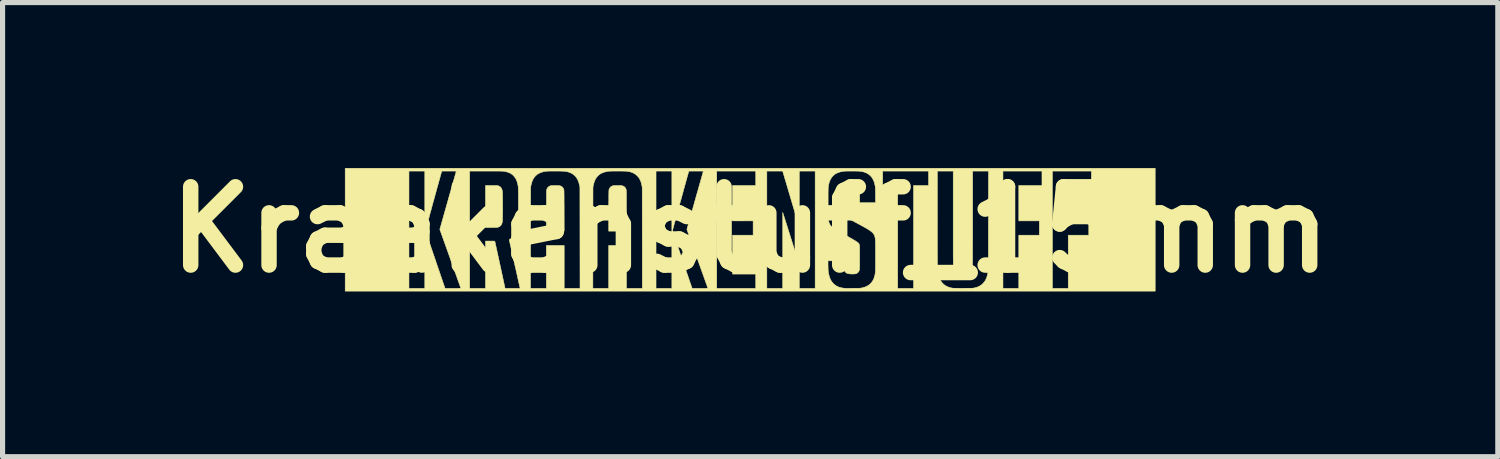
<source format=kicad_pcb>
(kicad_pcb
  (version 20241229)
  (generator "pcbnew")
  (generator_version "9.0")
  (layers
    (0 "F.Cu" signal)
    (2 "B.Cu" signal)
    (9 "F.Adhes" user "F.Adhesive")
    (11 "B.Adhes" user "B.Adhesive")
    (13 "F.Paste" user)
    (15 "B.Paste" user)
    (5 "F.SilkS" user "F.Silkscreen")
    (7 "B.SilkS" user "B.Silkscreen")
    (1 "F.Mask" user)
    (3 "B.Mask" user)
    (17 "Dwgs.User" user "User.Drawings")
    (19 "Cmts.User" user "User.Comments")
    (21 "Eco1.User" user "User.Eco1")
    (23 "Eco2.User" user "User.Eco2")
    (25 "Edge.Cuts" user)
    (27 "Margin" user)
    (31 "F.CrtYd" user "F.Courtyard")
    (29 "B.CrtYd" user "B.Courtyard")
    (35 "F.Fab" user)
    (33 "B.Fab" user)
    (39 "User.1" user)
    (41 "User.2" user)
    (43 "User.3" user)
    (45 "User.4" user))
  (footprint "Kraakenstuff_15mm"
    (layer "F.Cu")
    (at 11.546 1.418)
    (property "Reference" "Kraakenstuff_15mm" (at 0 0 0) (layer "F.SilkS") (effects (font (size 1.524 1.524) (thickness 0.3))))
    (attr through_hole)
    (fp_poly (pts (xy -5.043 -0.86) (xy -5.009 -0.86) (xy -4.98 -0.86) (xy -4.957 -0.859) (xy -4.938 -0.858) (xy -4.922 -0.857) (xy -4.91 -0.855) (xy -4.899 -0.852) (xy -4.89 -0.849) (xy -4.882 -0.845) (xy -4.878 -0.843) (xy -4.859 -0.829) (xy -4.844 -0.81) (xy -4.832 -0.786) (xy -4.823 -0.757) (xy -4.821 -0.746) (xy -4.82 -0.738) (xy -4.819 -0.724) (xy -4.819 -0.706) (xy -4.818 -0.682) (xy -4.818 -0.655) (xy -4.817 -0.624) (xy -4.817 -0.59) (xy -4.817 -0.555) (xy -4.816 -0.517) (xy -4.816 -0.479) (xy -4.816 -0.44) (xy -4.816 -0.401) (xy -4.816 -0.363) (xy -4.817 -0.327) (xy -4.817 -0.292) (xy -4.817 -0.26) (xy -4.818 -0.231) (xy -4.818 -0.206) (xy -4.819 -0.185) (xy -4.82 -0.169) (xy -4.821 -0.158) (xy -4.821 -0.156) (xy -4.829 -0.125) (xy -4.839 -0.099) (xy -4.854 -0.079) (xy -4.872 -0.063) (xy -4.878 -0.059) (xy -4.886 -0.054) (xy -4.895 -0.051) (xy -4.905 -0.048) (xy -4.916 -0.046) (xy -4.93 -0.044) (xy -4.948 -0.043) (xy -4.969 -0.042) (xy -4.995 -0.042) (xy -5.027 -0.041) (xy -5.043 -0.041) (xy -5.15 -0.041) (xy -5.15 -0.86) (xy -5.043 -0.86)) (stroke (width 0.01) (type solid)) (fill yes) (layer "F.SilkS"))
    (fp_poly (pts (xy -3.772 -0.859) (xy -3.749 -0.859) (xy -3.729 -0.857) (xy -3.712 -0.856) (xy -3.701 -0.854) (xy -3.699 -0.853) (xy -3.674 -0.843) (xy -3.654 -0.828) (xy -3.638 -0.808) (xy -3.627 -0.783) (xy -3.627 -0.783) (xy -3.626 -0.78) (xy -3.625 -0.777) (xy -3.624 -0.772) (xy -3.624 -0.767) (xy -3.623 -0.759) (xy -3.623 -0.75) (xy -3.622 -0.738) (xy -3.622 -0.724) (xy -3.622 -0.706) (xy -3.622 -0.685) (xy -3.621 -0.661) (xy -3.621 -0.632) (xy -3.621 -0.599) (xy -3.621 -0.562) (xy -3.621 -0.519) (xy -3.62 -0.471) (xy -3.62 -0.417) (xy -3.62 -0.369) (xy -3.619 0.029) (xy -3.966 0.029) (xy -3.965 -0.369) (xy -3.965 -0.428) (xy -3.965 -0.481) (xy -3.964 -0.528) (xy -3.964 -0.569) (xy -3.964 -0.606) (xy -3.964 -0.638) (xy -3.964 -0.666) (xy -3.964 -0.69) (xy -3.963 -0.71) (xy -3.963 -0.727) (xy -3.963 -0.741) (xy -3.962 -0.752) (xy -3.962 -0.761) (xy -3.961 -0.768) (xy -3.961 -0.773) (xy -3.96 -0.777) (xy -3.959 -0.781) (xy -3.959 -0.783) (xy -3.947 -0.807) (xy -3.931 -0.827) (xy -3.911 -0.843) (xy -3.887 -0.853) (xy -3.886 -0.853) (xy -3.876 -0.856) (xy -3.86 -0.857) (xy -3.841 -0.858) (xy -3.819 -0.859) (xy -3.795 -0.859) (xy -3.772 -0.859)) (stroke (width 0.01) (type solid)) (fill yes) (layer "F.SilkS"))
    (fp_poly (pts (xy -2.559 -0.859) (xy -2.536 -0.859) (xy -2.516 -0.857) (xy -2.5 -0.856) (xy -2.488 -0.854) (xy -2.486 -0.853) (xy -2.461 -0.843) (xy -2.441 -0.828) (xy -2.425 -0.808) (xy -2.414 -0.783) (xy -2.414 -0.783) (xy -2.413 -0.78) (xy -2.412 -0.777) (xy -2.412 -0.772) (xy -2.411 -0.767) (xy -2.41 -0.759) (xy -2.41 -0.75) (xy -2.41 -0.738) (xy -2.409 -0.724) (xy -2.409 -0.706) (xy -2.409 -0.685) (xy -2.408 -0.661) (xy -2.408 -0.632) (xy -2.408 -0.599) (xy -2.408 -0.562) (xy -2.408 -0.519) (xy -2.408 -0.471) (xy -2.407 -0.417) (xy -2.407 -0.369) (xy -2.407 0.029) (xy -2.753 0.029) (xy -2.752 -0.369) (xy -2.752 -0.428) (xy -2.752 -0.481) (xy -2.752 -0.528) (xy -2.751 -0.569) (xy -2.751 -0.606) (xy -2.751 -0.638) (xy -2.751 -0.666) (xy -2.751 -0.69) (xy -2.75 -0.71) (xy -2.75 -0.727) (xy -2.75 -0.741) (xy -2.749 -0.752) (xy -2.749 -0.761) (xy -2.748 -0.768) (xy -2.748 -0.773) (xy -2.747 -0.777) (xy -2.746 -0.781) (xy -2.746 -0.783) (xy -2.734 -0.807) (xy -2.719 -0.827) (xy -2.699 -0.843) (xy -2.674 -0.853) (xy -2.673 -0.853) (xy -2.663 -0.856) (xy -2.647 -0.857) (xy -2.628 -0.858) (xy -2.606 -0.859) (xy -2.582 -0.859) (xy -2.559 -0.859)) (stroke (width 0.01) (type solid)) (fill yes) (layer "F.SilkS"))
    (fp_poly (pts (xy 7.88 1.197) (xy -7.88 1.197) (xy -7.88 -1.14) (xy -6.639 -1.14) (xy -6.639 1.143) (xy -6.331 1.143) (xy -6.331 0.018) (xy -6.318 0.018) (xy -6.317 0.021) (xy -6.314 0.031) (xy -6.31 0.046) (xy -6.303 0.065) (xy -6.295 0.09) (xy -6.285 0.118) (xy -6.275 0.151) (xy -6.262 0.187) (xy -6.249 0.226) (xy -6.235 0.269) (xy -6.22 0.314) (xy -6.204 0.361) (xy -6.187 0.41) (xy -6.17 0.461) (xy -6.152 0.512) (xy -6.134 0.565) (xy -6.116 0.618) (xy -6.098 0.672) (xy -6.08 0.725) (xy -6.062 0.777) (xy -6.044 0.829) (xy -6.027 0.88) (xy -6.01 0.929) (xy -5.994 0.976) (xy -5.979 1.021) (xy -5.964 1.063) (xy -5.953 1.096) (xy -5.936 1.143) (xy -5.782 1.143) (xy -5.746 1.143) (xy -5.715 1.143) (xy -5.69 1.143) (xy -5.67 1.142) (xy -5.655 1.142) (xy -5.643 1.142) (xy -5.636 1.141) (xy -5.632 1.14) (xy -5.63 1.139) (xy -5.63 1.139) (xy -5.631 1.136) (xy -5.635 1.127) (xy -5.64 1.112) (xy -5.647 1.093) (xy -5.655 1.068) (xy -5.666 1.039) (xy -5.678 1.006) (xy -5.691 0.969) (xy -5.705 0.929) (xy -5.721 0.885) (xy -5.738 0.838) (xy -5.756 0.788) (xy -5.774 0.736) (xy -5.794 0.681) (xy -5.814 0.625) (xy -5.835 0.567) (xy -5.835 0.565) (xy -6.039 -0.005) (xy -5.88 -0.567) (xy -5.864 -0.625) (xy -5.848 -0.682) (xy -5.832 -0.736) (xy -5.817 -0.789) (xy -5.803 -0.839) (xy -5.79 -0.886) (xy -5.777 -0.93) (xy -5.766 -0.97) (xy -5.755 -1.007) (xy -5.746 -1.04) (xy -5.738 -1.068) (xy -5.731 -1.092) (xy -5.726 -1.111) (xy -5.722 -1.124) (xy -5.72 -1.132) (xy -5.719 -1.134) (xy -5.719 -1.136) (xy -5.72 -1.137) (xy -5.723 -1.138) (xy -5.727 -1.138) (xy -5.735 -1.139) (xy -5.745 -1.139) (xy -5.759 -1.139) (xy -5.778 -1.14) (xy -5.801 -1.14) (xy -5.83 -1.14) (xy -5.859 -1.14) (xy -5.458 -1.14) (xy -5.458 1.143) (xy -5.15 1.143) (xy -5.15 0.222) (xy -5.06 0.222) (xy -5.033 0.222) (xy -5.012 0.222) (xy -4.997 0.223) (xy -4.985 0.223) (xy -4.977 0.224) (xy -4.972 0.224) (xy -4.969 0.226) (xy -4.968 0.227) (xy -4.968 0.228) (xy -4.967 0.232) (xy -4.965 0.241) (xy -4.961 0.257) (xy -4.957 0.278) (xy -4.951 0.304) (xy -4.944 0.335) (xy -4.936 0.371) (xy -4.927 0.412) (xy -4.918 0.456) (xy -4.907 0.505) (xy -4.895 0.558) (xy -4.883 0.615) (xy -4.87 0.675) (xy -4.856 0.738) (xy -4.842 0.803) (xy -4.827 0.872) (xy -4.812 0.943) (xy -4.796 1.016) (xy -4.78 1.091) (xy -4.772 1.128) (xy -4.768 1.143) (xy -4.476 1.143) (xy -4.274 1.143) (xy -3.966 1.143) (xy -3.966 0.308) (xy -3.619 0.308) (xy -3.619 1.143) (xy -3.311 1.143) (xy -3.061 1.143) (xy -2.753 1.143) (xy -2.753 0.308) (xy -2.407 0.308) (xy -2.407 1.143) (xy -2.099 1.143) (xy -2.1 0.16) (xy -2.101 -0.824) (xy -2.108 -0.86) (xy -2.119 -0.908) (xy -2.134 -0.95) (xy -2.152 -0.988) (xy -2.174 -1.021) (xy -2.2 -1.05) (xy -2.23 -1.075) (xy -2.241 -1.083) (xy -2.271 -1.1) (xy -2.303 -1.114) (xy -2.339 -1.125) (xy -2.379 -1.133) (xy -2.396 -1.135) (xy -2.41 -1.136) (xy -2.43 -1.138) (xy -2.454 -1.138) (xy -2.481 -1.139) (xy -2.511 -1.14) (xy -2.522 -1.14) (xy -1.832 -1.14) (xy -1.832 1.143) (xy -1.524 1.143) (xy -1.524 0.018) (xy -1.511 0.018) (xy -1.51 0.021) (xy -1.507 0.031) (xy -1.503 0.046) (xy -1.496 0.065) (xy -1.488 0.09) (xy -1.478 0.118) (xy -1.468 0.151) (xy -1.455 0.187) (xy -1.442 0.226) (xy -1.428 0.269) (xy -1.413 0.314) (xy -1.397 0.361) (xy -1.38 0.41) (xy -1.363 0.461) (xy -1.345 0.512) (xy -1.327 0.565) (xy -1.309 0.618) (xy -1.291 0.672) (xy -1.273 0.725) (xy -1.255 0.777) (xy -1.237 0.829) (xy -1.22 0.88) (xy -1.203 0.929) (xy -1.187 0.976) (xy -1.172 1.021) (xy -1.157 1.063) (xy -1.146 1.096) (xy -1.129 1.143) (xy -0.976 1.143) (xy -0.939 1.143) (xy -0.908 1.143) (xy -0.883 1.143) (xy -0.863 1.142) (xy -0.848 1.142) (xy -0.836 1.142) (xy -0.829 1.141) (xy -0.825 1.14) (xy -0.823 1.139) (xy -0.823 1.139) (xy -0.824 1.136) (xy -0.828 1.127) (xy -0.833 1.112) (xy -0.84 1.093) (xy -0.848 1.068) (xy -0.859 1.039) (xy -0.871 1.006) (xy -0.884 0.969) (xy -0.898 0.929) (xy -0.914 0.885) (xy -0.931 0.838) (xy -0.949 0.788) (xy -0.967 0.736) (xy -0.987 0.681) (xy -1.007 0.625) (xy -1.028 0.567) (xy -1.028 0.565) (xy -1.232 -0.005) (xy -1.073 -0.567) (xy -1.057 -0.625) (xy -1.041 -0.682) (xy -1.025 -0.736) (xy -1.01 -0.789) (xy -0.996 -0.839) (xy -0.983 -0.886) (xy -0.97 -0.93) (xy -0.959 -0.97) (xy -0.948 -1.007) (xy -0.939 -1.04) (xy -0.931 -1.068) (xy -0.924 -1.092) (xy -0.919 -1.111) (xy -0.915 -1.124) (xy -0.913 -1.132) (xy -0.912 -1.134) (xy -0.912 -1.136) (xy -0.913 -1.137) (xy -0.916 -1.138) (xy -0.92 -1.138) (xy -0.928 -1.139) (xy -0.938 -1.139) (xy -0.952 -1.139) (xy -0.971 -1.14) (xy -0.994 -1.14) (xy -1.023 -1.14) (xy -1.052 -1.14) (xy -0.651 -1.14) (xy -0.651 1.143) (xy 0.108 1.143) (xy 0.108 0.864) (xy -0.343 0.864) (xy -0.343 0.108) (xy 0.057 0.108) (xy 0.057 -0.171) (xy -0.343 -0.171) (xy -0.343 -0.86) (xy 0.108 -0.86) (xy 0.108 -1.14) (xy 0.324 -1.14) (xy 0.324 1.143) (xy 0.632 1.143) (xy 0.633 0.404) (xy 0.633 -0.336) (xy 0.795 0.176) (xy 0.956 0.687) (xy 0.956 0.915) (xy 0.956 1.143) (xy 1.264 1.143) (xy 1.264 0.606) (xy 1.514 0.606) (xy 1.514 0.684) (xy 1.515 0.726) (xy 1.516 0.764) (xy 1.518 0.796) (xy 1.521 0.826) (xy 1.526 0.854) (xy 1.532 0.881) (xy 1.539 0.907) (xy 1.554 0.952) (xy 1.574 0.992) (xy 1.599 1.028) (xy 1.627 1.058) (xy 1.66 1.084) (xy 1.685 1.099) (xy 1.708 1.11) (xy 1.732 1.12) (xy 1.76 1.128) (xy 1.791 1.134) (xy 1.827 1.14) (xy 1.834 1.141) (xy 1.839 1.141) (xy 1.849 1.141) (xy 1.865 1.142) (xy 1.885 1.142) (xy 1.909 1.142) (xy 1.935 1.142) (xy 1.964 1.142) (xy 1.991 1.141) (xy 2.027 1.141) (xy 2.057 1.141) (xy 2.083 1.141) (xy 2.104 1.14) (xy 2.121 1.14) (xy 2.135 1.139) (xy 2.146 1.138) (xy 2.155 1.137) (xy 2.163 1.136) (xy 2.165 1.135) (xy 2.213 1.124) (xy 2.256 1.108) (xy 2.293 1.088) (xy 2.326 1.064) (xy 2.354 1.037) (xy 2.355 1.035) (xy 2.376 1.007) (xy 2.394 0.978) (xy 2.408 0.946) (xy 2.419 0.909) (xy 2.421 0.902) (xy 2.424 0.891) (xy 2.427 0.88) (xy 2.429 0.869) (xy 2.431 0.858) (xy 2.432 0.846) (xy 2.434 0.832) (xy 2.435 0.817) (xy 2.436 0.799) (xy 2.437 0.779) (xy 2.437 0.755) (xy 2.438 0.728) (xy 2.438 0.697) (xy 2.438 0.662) (xy 2.438 0.621) (xy 2.438 0.576) (xy 2.438 0.524) (xy 2.438 0.511) (xy 2.438 0.455) (xy 2.438 0.404) (xy 2.438 0.357) (xy 2.438 0.316) (xy 2.437 0.281) (xy 2.437 0.251) (xy 2.436 0.227) (xy 2.436 0.209) (xy 2.435 0.197) (xy 2.435 0.195) (xy 2.431 0.167) (xy 2.427 0.142) (xy 2.42 0.12) (xy 2.411 0.1) (xy 2.4 0.081) (xy 2.385 0.063) (xy 2.367 0.046) (xy 2.344 0.028) (xy 2.317 0.009) (xy 2.284 -0.012) (xy 2.272 -0.019) (xy 2.262 -0.025) (xy 2.246 -0.034) (xy 2.227 -0.045) (xy 2.204 -0.057) (xy 2.179 -0.071) (xy 2.151 -0.087) (xy 2.121 -0.103) (xy 2.091 -0.119) (xy 2.08 -0.125) (xy 2.037 -0.148) (xy 2 -0.169) (xy 1.968 -0.186) (xy 1.94 -0.202) (xy 1.916 -0.216) (xy 1.896 -0.228) (xy 1.88 -0.239) (xy 1.866 -0.248) (xy 1.856 -0.257) (xy 1.847 -0.265) (xy 1.841 -0.273) (xy 1.836 -0.28) (xy 1.832 -0.288) (xy 1.829 -0.296) (xy 1.827 -0.303) (xy 1.826 -0.308) (xy 1.825 -0.314) (xy 1.825 -0.321) (xy 1.824 -0.331) (xy 1.824 -0.343) (xy 1.823 -0.359) (xy 1.823 -0.378) (xy 1.823 -0.402) (xy 1.823 -0.43) (xy 1.823 -0.463) (xy 1.822 -0.501) (xy 1.822 -0.533) (xy 1.823 -0.582) (xy 1.823 -0.625) (xy 1.823 -0.663) (xy 1.823 -0.695) (xy 1.824 -0.721) (xy 1.824 -0.741) (xy 1.825 -0.755) (xy 1.826 -0.763) (xy 1.826 -0.763) (xy 1.834 -0.791) (xy 1.846 -0.814) (xy 1.862 -0.832) (xy 1.883 -0.846) (xy 1.908 -0.855) (xy 1.916 -0.857) (xy 1.931 -0.859) (xy 1.95 -0.86) (xy 1.972 -0.86) (xy 1.994 -0.86) (xy 2.015 -0.859) (xy 2.032 -0.857) (xy 2.04 -0.856) (xy 2.065 -0.848) (xy 2.087 -0.835) (xy 2.104 -0.818) (xy 2.116 -0.797) (xy 2.125 -0.77) (xy 2.126 -0.767) (xy 2.127 -0.759) (xy 2.128 -0.746) (xy 2.129 -0.73) (xy 2.13 -0.709) (xy 2.13 -0.682) (xy 2.13 -0.65) (xy 2.13 -0.636) (xy 2.13 -0.524) (xy 2.439 -0.524) (xy 2.437 -0.674) (xy 2.437 -0.709) (xy 2.437 -0.739) (xy 2.436 -0.764) (xy 2.436 -0.785) (xy 2.435 -0.802) (xy 2.435 -0.815) (xy 2.434 -0.827) (xy 2.433 -0.837) (xy 2.432 -0.846) (xy 2.43 -0.855) (xy 2.429 -0.86) (xy 2.418 -0.908) (xy 2.403 -0.951) (xy 2.384 -0.989) (xy 2.362 -1.023) (xy 2.335 -1.052) (xy 2.304 -1.077) (xy 2.296 -1.083) (xy 2.266 -1.1) (xy 2.234 -1.114) (xy 2.198 -1.125) (xy 2.158 -1.133) (xy 2.141 -1.135) (xy 2.126 -1.137) (xy 2.106 -1.138) (xy 2.081 -1.139) (xy 2.053 -1.139) (xy 2.025 -1.14) (xy 2.578 -1.14) (xy 2.578 -0.86) (xy 2.87 -0.86) (xy 2.87 1.143) (xy 3.178 1.143) (xy 3.178 -0.86) (xy 3.47 -0.86) (xy 3.47 -1.14) (xy 3.642 -1.14) (xy 3.642 -0.198) (xy 3.642 -0.092) (xy 3.642 0.008) (xy 3.642 0.102) (xy 3.642 0.189) (xy 3.642 0.271) (xy 3.642 0.347) (xy 3.642 0.417) (xy 3.642 0.481) (xy 3.643 0.539) (xy 3.643 0.591) (xy 3.643 0.636) (xy 3.643 0.676) (xy 3.644 0.709) (xy 3.644 0.736) (xy 3.644 0.756) (xy 3.645 0.771) (xy 3.645 0.779) (xy 3.645 0.779) (xy 3.652 0.834) (xy 3.662 0.884) (xy 3.675 0.929) (xy 3.692 0.969) (xy 3.713 1.004) (xy 3.737 1.036) (xy 3.738 1.037) (xy 3.768 1.067) (xy 3.802 1.091) (xy 3.841 1.111) (xy 3.883 1.126) (xy 3.928 1.137) (xy 3.948 1.139) (xy 3.956 1.14) (xy 3.97 1.14) (xy 3.988 1.141) (xy 4.011 1.141) (xy 4.038 1.141) (xy 4.067 1.142) (xy 4.099 1.142) (xy 4.132 1.142) (xy 4.151 1.142) (xy 4.191 1.141) (xy 4.224 1.141) (xy 4.253 1.141) (xy 4.276 1.14) (xy 4.296 1.14) (xy 4.312 1.14) (xy 4.325 1.139) (xy 4.336 1.138) (xy 4.344 1.137) (xy 4.352 1.136) (xy 4.356 1.135) (xy 4.402 1.124) (xy 4.443 1.108) (xy 4.48 1.088) (xy 4.513 1.063) (xy 4.52 1.056) (xy 4.546 1.029) (xy 4.568 0.999) (xy 4.587 0.966) (xy 4.602 0.929) (xy 4.614 0.888) (xy 4.624 0.843) (xy 4.631 0.792) (xy 4.632 0.782) (xy 4.633 0.775) (xy 4.633 0.761) (xy 4.633 0.742) (xy 4.634 0.716) (xy 4.634 0.683) (xy 4.634 0.645) (xy 4.634 0.6) (xy 4.635 0.549) (xy 4.635 0.492) (xy 4.635 0.429) (xy 4.635 0.36) (xy 4.635 0.284) (xy 4.635 0.202) (xy 4.635 0.115) (xy 4.635 0.021) (xy 4.635 -0.079) (xy 4.635 -0.185) (xy 4.636 -0.196) (xy 4.636 -1.14) (xy 4.918 -1.14) (xy 4.918 1.143) (xy 5.226 1.143) (xy 5.226 0.108) (xy 5.626 0.108) (xy 5.626 -0.171) (xy 5.226 -0.171) (xy 5.226 -0.86) (xy 5.677 -0.86) (xy 5.677 -1.14) (xy 5.88 -1.14) (xy 5.88 1.143) (xy 6.188 1.143) (xy 6.188 0.108) (xy 6.588 0.108) (xy 6.588 -0.171) (xy 6.188 -0.171) (xy 6.188 -0.86) (xy 6.639 -0.86) (xy 6.639 -1.14) (xy 5.88 -1.14) (xy 5.677 -1.14) (xy 4.918 -1.14) (xy 4.636 -1.14) (xy 4.328 -1.14) (xy 4.328 -0.2) (xy 4.328 -0.107) (xy 4.328 -0.021) (xy 4.328 0.06) (xy 4.328 0.135) (xy 4.328 0.205) (xy 4.327 0.269) (xy 4.327 0.328) (xy 4.327 0.383) (xy 4.327 0.433) (xy 4.327 0.478) (xy 4.327 0.519) (xy 4.327 0.557) (xy 4.327 0.59) (xy 4.326 0.62) (xy 4.326 0.647) (xy 4.326 0.67) (xy 4.325 0.691) (xy 4.325 0.709) (xy 4.324 0.725) (xy 4.324 0.738) (xy 4.323 0.749) (xy 4.323 0.759) (xy 4.322 0.767) (xy 4.321 0.774) (xy 4.32 0.779) (xy 4.319 0.783) (xy 4.318 0.787) (xy 4.317 0.791) (xy 4.316 0.794) (xy 4.314 0.796) (xy 4.313 0.8) (xy 4.312 0.801) (xy 4.3 0.822) (xy 4.282 0.839) (xy 4.261 0.852) (xy 4.236 0.86) (xy 4.227 0.861) (xy 4.213 0.862) (xy 4.195 0.863) (xy 4.173 0.863) (xy 4.148 0.864) (xy 4.141 0.864) (xy 4.111 0.863) (xy 4.086 0.863) (xy 4.066 0.862) (xy 4.05 0.86) (xy 4.037 0.858) (xy 4.026 0.854) (xy 4.016 0.85) (xy 4.011 0.848) (xy 3.992 0.835) (xy 3.977 0.817) (xy 3.964 0.795) (xy 3.956 0.77) (xy 3.953 0.759) (xy 3.953 0.754) (xy 3.952 0.746) (xy 3.952 0.733) (xy 3.952 0.716) (xy 3.952 0.694) (xy 3.951 0.668) (xy 3.951 0.637) (xy 3.951 0.601) (xy 3.951 0.56) (xy 3.95 0.514) (xy 3.95 0.462) (xy 3.95 0.406) (xy 3.95 0.344) (xy 3.95 0.276) (xy 3.95 0.203) (xy 3.95 0.123) (xy 3.95 0.038) (xy 3.95 -0.053) (xy 3.95 -0.15) (xy 3.95 -0.201) (xy 3.95 -1.14) (xy 3.642 -1.14) (xy 3.47 -1.14) (xy 2.578 -1.14) (xy 2.025 -1.14) (xy 2.023 -1.14) (xy 1.991 -1.14) (xy 1.959 -1.14) (xy 1.927 -1.14) (xy 1.897 -1.139) (xy 1.869 -1.139) (xy 1.845 -1.138) (xy 1.825 -1.136) (xy 1.812 -1.135) (xy 1.763 -1.126) (xy 1.719 -1.113) (xy 1.679 -1.096) (xy 1.644 -1.075) (xy 1.614 -1.048) (xy 1.587 -1.018) (xy 1.565 -0.982) (xy 1.546 -0.942) (xy 1.532 -0.897) (xy 1.522 -0.849) (xy 1.521 -0.843) (xy 1.52 -0.836) (xy 1.519 -0.829) (xy 1.519 -0.821) (xy 1.518 -0.811) (xy 1.518 -0.799) (xy 1.517 -0.785) (xy 1.517 -0.768) (xy 1.517 -0.748) (xy 1.516 -0.724) (xy 1.516 -0.696) (xy 1.516 -0.664) (xy 1.516 -0.627) (xy 1.516 -0.584) (xy 1.516 -0.536) (xy 1.516 -0.514) (xy 1.516 -0.463) (xy 1.516 -0.418) (xy 1.516 -0.379) (xy 1.516 -0.345) (xy 1.516 -0.315) (xy 1.517 -0.29) (xy 1.517 -0.268) (xy 1.517 -0.25) (xy 1.517 -0.235) (xy 1.518 -0.223) (xy 1.518 -0.213) (xy 1.519 -0.205) (xy 1.52 -0.198) (xy 1.521 -0.192) (xy 1.521 -0.186) (xy 1.522 -0.185) (xy 1.53 -0.149) (xy 1.542 -0.118) (xy 1.557 -0.09) (xy 1.576 -0.066) (xy 1.6 -0.043) (xy 1.629 -0.021) (xy 1.634 -0.018) (xy 1.642 -0.013) (xy 1.656 -0.005) (xy 1.673 0.005) (xy 1.695 0.018) (xy 1.72 0.032) (xy 1.747 0.048) (xy 1.776 0.064) (xy 1.807 0.082) (xy 1.837 0.098) (xy 1.881 0.123) (xy 1.921 0.146) (xy 1.955 0.165) (xy 1.985 0.182) (xy 2.011 0.198) (xy 2.033 0.211) (xy 2.052 0.222) (xy 2.067 0.232) (xy 2.08 0.241) (xy 2.09 0.248) (xy 2.099 0.255) (xy 2.105 0.261) (xy 2.11 0.266) (xy 2.113 0.271) (xy 2.117 0.275) (xy 2.119 0.28) (xy 2.122 0.285) (xy 2.124 0.291) (xy 2.125 0.299) (xy 2.127 0.308) (xy 2.128 0.32) (xy 2.129 0.334) (xy 2.129 0.352) (xy 2.13 0.373) (xy 2.13 0.399) (xy 2.13 0.429) (xy 2.13 0.465) (xy 2.13 0.506) (xy 2.13 0.536) (xy 2.13 0.582) (xy 2.13 0.621) (xy 2.13 0.655) (xy 2.13 0.684) (xy 2.13 0.708) (xy 2.129 0.729) (xy 2.128 0.746) (xy 2.127 0.76) (xy 2.126 0.771) (xy 2.125 0.781) (xy 2.123 0.788) (xy 2.121 0.795) (xy 2.119 0.801) (xy 2.116 0.807) (xy 2.115 0.809) (xy 2.105 0.824) (xy 2.092 0.838) (xy 2.077 0.849) (xy 2.073 0.851) (xy 2.061 0.856) (xy 2.046 0.86) (xy 2.028 0.862) (xy 2.006 0.863) (xy 1.982 0.863) (xy 1.948 0.862) (xy 1.92 0.859) (xy 1.897 0.854) (xy 1.877 0.846) (xy 1.861 0.835) (xy 1.848 0.821) (xy 1.84 0.808) (xy 1.834 0.798) (xy 1.83 0.786) (xy 1.827 0.773) (xy 1.825 0.756) (xy 1.824 0.736) (xy 1.823 0.711) (xy 1.823 0.681) (xy 1.823 0.679) (xy 1.822 0.606) (xy 1.514 0.606) (xy 1.264 0.606) (xy 1.264 -1.14) (xy 0.956 -1.14) (xy 0.955 -0.596) (xy 0.954 -0.052) (xy 0.797 -0.581) (xy 0.78 -0.638) (xy 0.764 -0.693) (xy 0.748 -0.746) (xy 0.733 -0.797) (xy 0.719 -0.845) (xy 0.705 -0.891) (xy 0.693 -0.934) (xy 0.681 -0.973) (xy 0.67 -1.008) (xy 0.661 -1.04) (xy 0.653 -1.067) (xy 0.646 -1.089) (xy 0.641 -1.106) (xy 0.638 -1.118) (xy 0.636 -1.124) (xy 0.636 -1.125) (xy 0.631 -1.14) (xy 0.324 -1.14) (xy 0.108 -1.14) (xy -0.651 -1.14) (xy -1.052 -1.14) (xy -1.086 -1.14) (xy -1.114 -1.14) (xy -1.136 -1.14) (xy -1.154 -1.139) (xy -1.168 -1.139) (xy -1.178 -1.139) (xy -1.186 -1.138) (xy -1.19 -1.137) (xy -1.193 -1.136) (xy -1.195 -1.135) (xy -1.195 -1.134) (xy -1.198 -1.123) (xy -1.203 -1.106) (xy -1.209 -1.084) (xy -1.217 -1.058) (xy -1.225 -1.028) (xy -1.234 -0.994) (xy -1.245 -0.956) (xy -1.256 -0.915) (xy -1.268 -0.872) (xy -1.281 -0.827) (xy -1.294 -0.779) (xy -1.307 -0.73) (xy -1.321 -0.68) (xy -1.335 -0.629) (xy -1.349 -0.577) (xy -1.364 -0.525) (xy -1.378 -0.474) (xy -1.392 -0.423) (xy -1.405 -0.373) (xy -1.419 -0.325) (xy -1.431 -0.278) (xy -1.444 -0.233) (xy -1.455 -0.191) (xy -1.466 -0.152) (xy -1.476 -0.116) (xy -1.485 -0.083) (xy -1.492 -0.054) (xy -1.499 -0.03) (xy -1.504 -0.01) (xy -1.508 0.005) (xy -1.51 0.014) (xy -1.511 0.018) (xy -1.524 0.018) (xy -1.524 -1.14) (xy -1.832 -1.14) (xy -2.522 -1.14) (xy -2.544 -1.14) (xy -2.577 -1.14) (xy -2.61 -1.14) (xy -2.642 -1.14) (xy -2.673 -1.139) (xy -2.701 -1.139) (xy -2.726 -1.138) (xy -2.746 -1.137) (xy -2.761 -1.135) (xy -2.763 -1.135) (xy -2.812 -1.126) (xy -2.856 -1.113) (xy -2.896 -1.096) (xy -2.931 -1.075) (xy -2.961 -1.049) (xy -2.988 -1.018) (xy -3.01 -0.983) (xy -3.029 -0.942) (xy -3.043 -0.897) (xy -3.052 -0.86) (xy -3.059 -0.824) (xy -3.06 0.16) (xy -3.061 1.143) (xy -3.311 1.143) (xy -3.312 0.16) (xy -3.313 -0.824) (xy -3.32 -0.86) (xy -3.332 -0.908) (xy -3.347 -0.95) (xy -3.365 -0.988) (xy -3.387 -1.021) (xy -3.413 -1.05) (xy -3.443 -1.075) (xy -3.454 -1.083) (xy -3.484 -1.1) (xy -3.516 -1.114) (xy -3.552 -1.125) (xy -3.592 -1.133) (xy -3.609 -1.135) (xy -3.623 -1.136) (xy -3.643 -1.138) (xy -3.666 -1.138) (xy -3.694 -1.139) (xy -3.724 -1.14) (xy -3.756 -1.14) (xy -3.79 -1.14) (xy -3.823 -1.14) (xy -3.855 -1.14) (xy -3.886 -1.139) (xy -3.914 -1.139) (xy -3.939 -1.138) (xy -3.959 -1.137) (xy -3.974 -1.135) (xy -3.976 -1.135) (xy -4.025 -1.126) (xy -4.069 -1.113) (xy -4.108 -1.096) (xy -4.144 -1.075) (xy -4.174 -1.049) (xy -4.201 -1.018) (xy -4.223 -0.983) (xy -4.242 -0.942) (xy -4.256 -0.897) (xy -4.265 -0.86) (xy -4.272 -0.824) (xy -4.273 0.16) (xy -4.274 1.143) (xy -4.476 1.143) (xy -4.478 1.135) (xy -4.479 1.131) (xy -4.481 1.121) (xy -4.485 1.106) (xy -4.489 1.085) (xy -4.495 1.06) (xy -4.502 1.03) (xy -4.509 0.997) (xy -4.518 0.959) (xy -4.527 0.918) (xy -4.537 0.874) (xy -4.547 0.827) (xy -4.558 0.778) (xy -4.57 0.727) (xy -4.582 0.674) (xy -4.583 0.666) (xy -4.595 0.613) (xy -4.607 0.562) (xy -4.618 0.512) (xy -4.628 0.465) (xy -4.638 0.421) (xy -4.648 0.379) (xy -4.656 0.342) (xy -4.664 0.307) (xy -4.671 0.277) (xy -4.676 0.252) (xy -4.681 0.231) (xy -4.685 0.215) (xy -4.687 0.204) (xy -4.688 0.2) (xy -4.688 0.2) (xy -4.687 0.196) (xy -4.682 0.191) (xy -4.671 0.184) (xy -4.663 0.179) (xy -4.638 0.162) (xy -4.613 0.14) (xy -4.61 0.137) (xy -4.586 0.109) (xy -4.565 0.079) (xy -4.548 0.045) (xy -4.535 0.007) (xy -4.527 -0.022) (xy -4.524 -0.033) (xy -4.522 -0.042) (xy -4.52 -0.052) (xy -4.518 -0.061) (xy -4.517 -0.071) (xy -4.515 -0.082) (xy -4.514 -0.094) (xy -4.513 -0.108) (xy -4.512 -0.124) (xy -4.512 -0.143) (xy -4.511 -0.164) (xy -4.511 -0.189) (xy -4.511 -0.217) (xy -4.51 -0.25) (xy -4.51 -0.287) (xy -4.51 -0.328) (xy -4.51 -0.376) (xy -4.51 -0.428) (xy -4.51 -0.467) (xy -4.51 -0.522) (xy -4.51 -0.571) (xy -4.51 -0.614) (xy -4.51 -0.652) (xy -4.51 -0.686) (xy -4.51 -0.715) (xy -4.511 -0.74) (xy -4.511 -0.761) (xy -4.511 -0.779) (xy -4.512 -0.795) (xy -4.512 -0.807) (xy -4.513 -0.818) (xy -4.513 -0.827) (xy -4.514 -0.835) (xy -4.515 -0.841) (xy -4.515 -0.848) (xy -4.516 -0.85) (xy -4.526 -0.9) (xy -4.54 -0.946) (xy -4.558 -0.986) (xy -4.581 -1.021) (xy -4.607 -1.052) (xy -4.637 -1.078) (xy -4.672 -1.099) (xy -4.711 -1.116) (xy -4.755 -1.128) (xy -4.793 -1.135) (xy -4.8 -1.136) (xy -4.809 -1.137) (xy -4.819 -1.137) (xy -4.831 -1.138) (xy -4.846 -1.138) (xy -4.863 -1.139) (xy -4.884 -1.139) (xy -4.909 -1.139) (xy -4.937 -1.139) (xy -4.97 -1.14) (xy -5.008 -1.14) (xy -5.052 -1.14) (xy -5.1 -1.14) (xy -5.144 -1.14) (xy -5.458 -1.14) (xy -5.859 -1.14) (xy -5.893 -1.14) (xy -5.921 -1.14) (xy -5.943 -1.14) (xy -5.961 -1.139) (xy -5.975 -1.139) (xy -5.985 -1.139) (xy -5.993 -1.138) (xy -5.997 -1.137) (xy -6 -1.136) (xy -6.001 -1.135) (xy -6.002 -1.134) (xy -6.005 -1.123) (xy -6.01 -1.106) (xy -6.016 -1.084) (xy -6.024 -1.058) (xy -6.032 -1.028) (xy -6.041 -0.994) (xy -6.052 -0.956) (xy -6.063 -0.915) (xy -6.075 -0.872) (xy -6.088 -0.827) (xy -6.101 -0.779) (xy -6.114 -0.73) (xy -6.128 -0.68) (xy -6.142 -0.629) (xy -6.156 -0.577) (xy -6.171 -0.525) (xy -6.185 -0.474) (xy -6.199 -0.423) (xy -6.212 -0.373) (xy -6.226 -0.325) (xy -6.238 -0.278) (xy -6.25 -0.233) (xy -6.262 -0.191) (xy -6.273 -0.152) (xy -6.283 -0.116) (xy -6.291 -0.083) (xy -6.299 -0.054) (xy -6.306 -0.03) (xy -6.311 -0.01) (xy -6.315 0.005) (xy -6.317 0.014) (xy -6.318 0.018) (xy -6.331 0.018) (xy -6.331 -1.14) (xy -6.639 -1.14) (xy -7.88 -1.14) (xy -7.88 -1.194) (xy 7.88 -1.194) (xy 7.88 1.197)) (stroke (width 0.01) (type solid)) (fill yes) (layer "F.SilkS")))
  (gr_rect
    (start -3 -3)
    (end 26.092 5.836)
    (stroke (width 0.1) (type default))
    (fill no)
    (layer "Edge.Cuts")))
</source>
